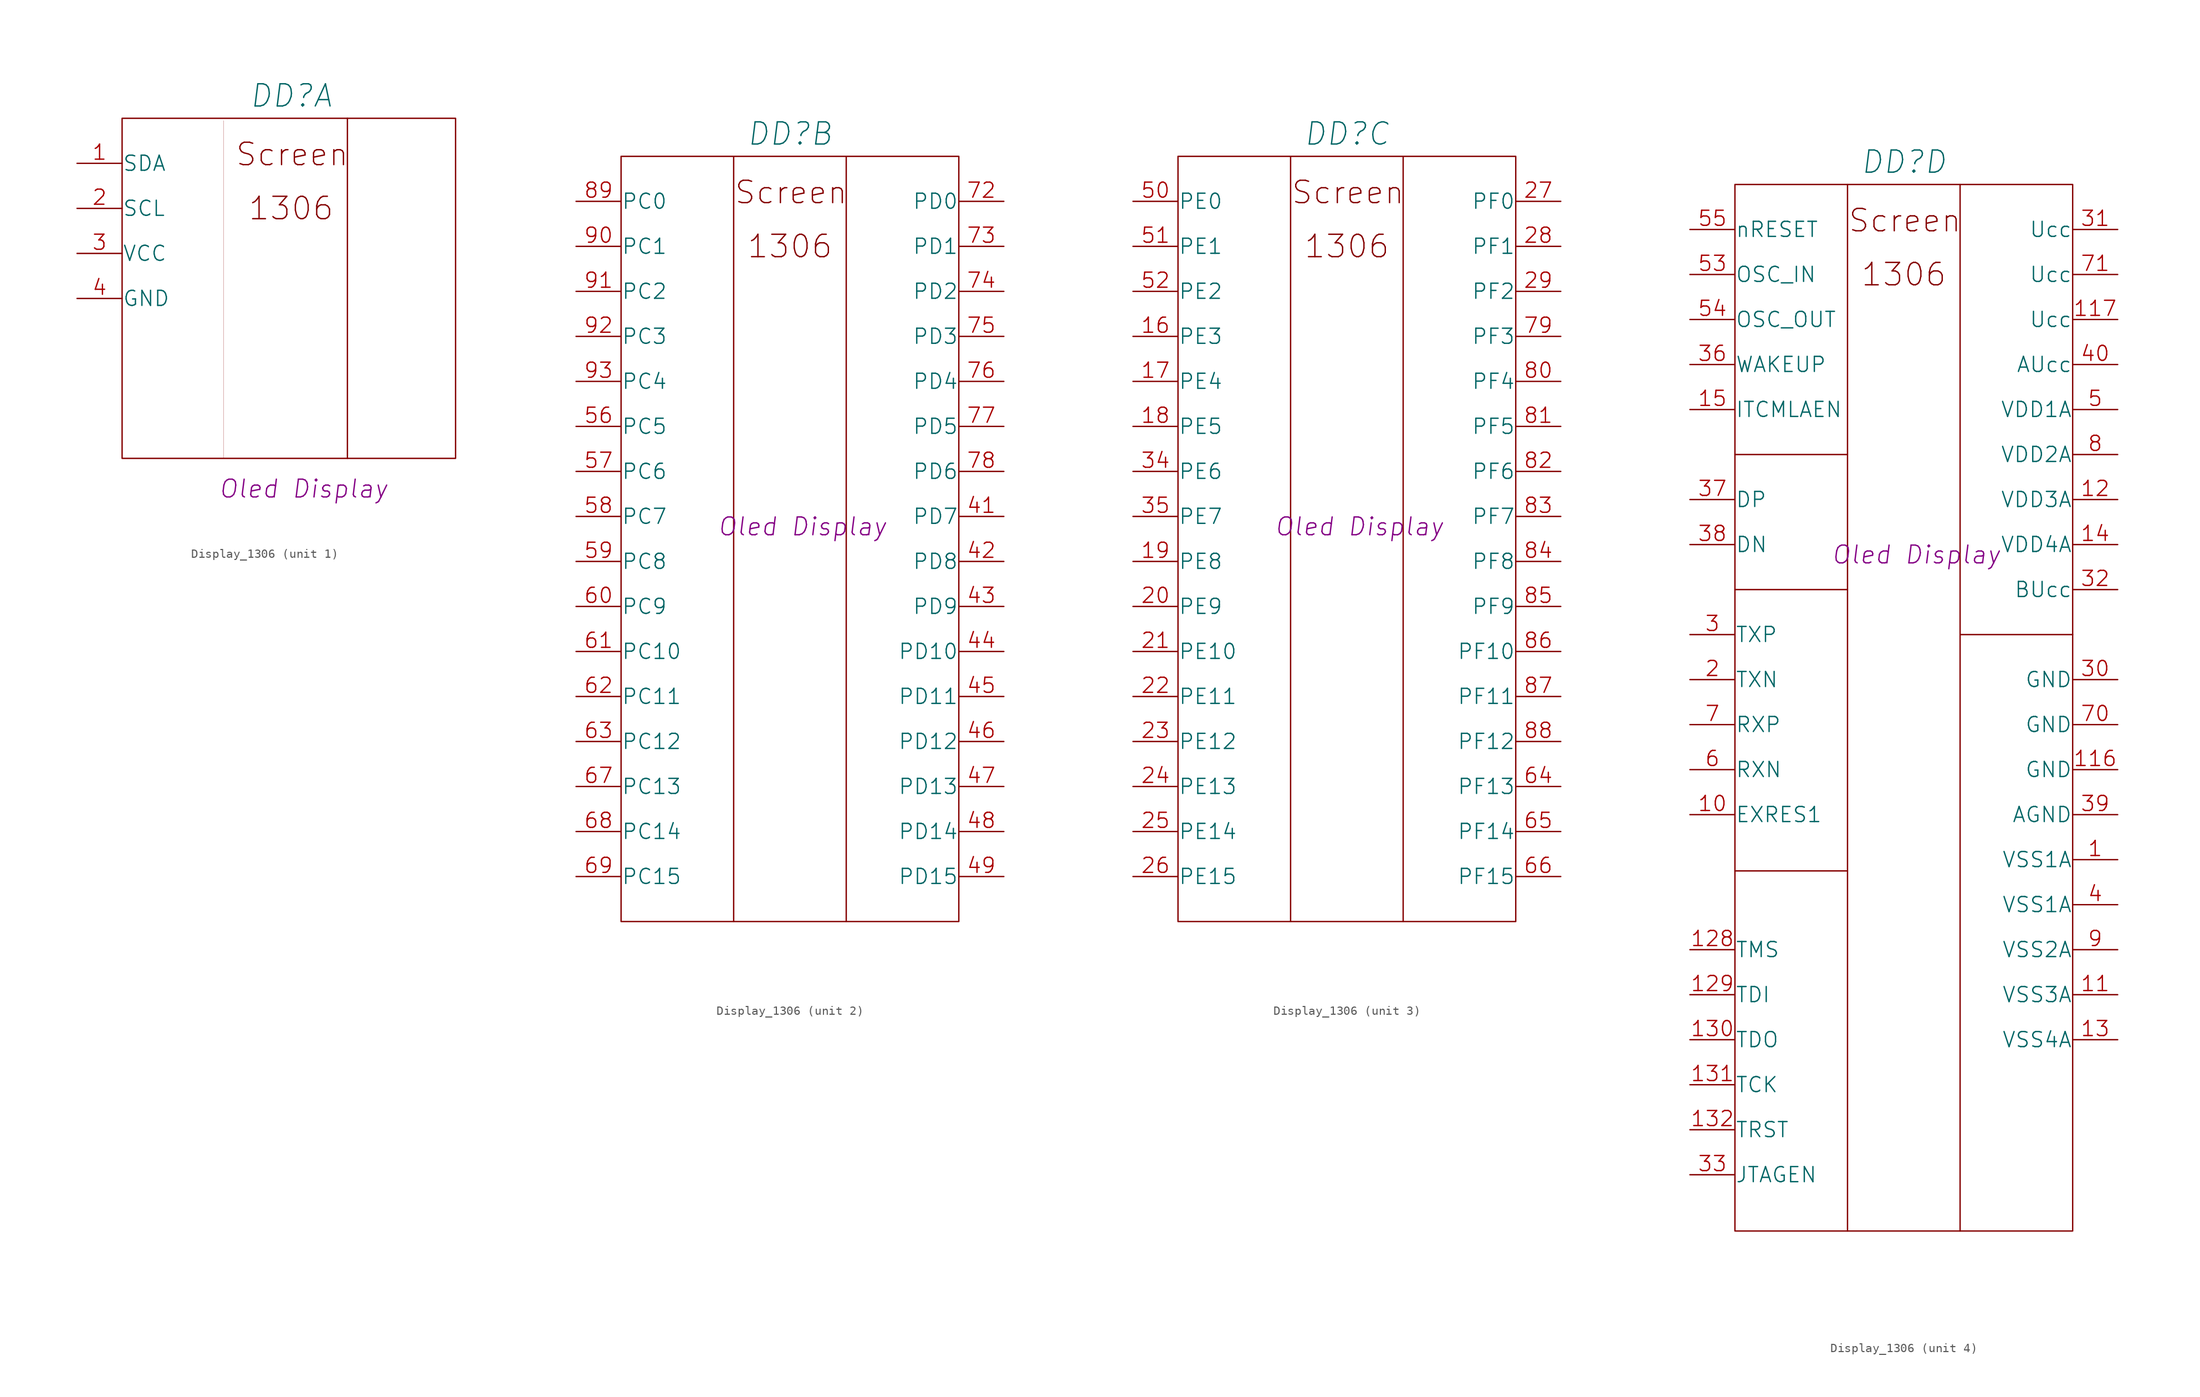
<source format=kicad_sym>
(kicad_symbol_lib
  (version 20201005)
  (generator kicad_symbol_editor)
  (symbol "power_modules:Display_1306"
    (pin_names
      (offset 0.025))
    (property "Reference" "DD"
      (at 24.13 7.62 0)
      (effects (font (size 2.501 2.501) italic)))
    (property "ValueName" "Oled Display"
      (at 25.527 -36.703 0)
      (effects (font (size 2.007 2.007) italic)))
    (property "ki_locked" ""
      (at 0 0 0)
      (effects (font (size 1.27 1.27))))
    (symbol "Display_1306_0_0"
      (text "Screen" (at 24.257 1.016 0) (effects (font (size 2.527 2.527))))
      (text "1306" (at 24.13 -5.08 0) (effects (font (size 2.527 2.527)))))
    (symbol "Display_1306_1_1"
      (rectangle (start 5.08 5.08) (end 42.672 -33.274) (stroke (width 0)) (fill (type none)))
      (polyline (pts (xy 30.48 5.08) (xy 30.48 -33.274)) (stroke (width 0)) (fill (type none)))
      (polyline (pts (xy 16.51 4.826) (xy 16.51 -33.274)) (stroke (width 0.001)) (fill (type none)))
      (pin bidirectional line (at 0 -15.24 0) (length 5.08) (name "GND" (effects (font (size 1.702 1.702)))) (number "4" (effects (font (size 1.702 1.702)))))
      (pin bidirectional line (at 0 -10.16 0) (length 5.08) (name "VCC" (effects (font (size 1.702 1.702)))) (number "3" (effects (font (size 1.702 1.702)))))
      (pin bidirectional line (at 0 -5.08 0) (length 5.08) (name "SCL" (effects (font (size 1.702 1.702)))) (number "2" (effects (font (size 1.702 1.702)))))
      (pin bidirectional line (at 0 0 0) (length 5.08) (name "SDA" (effects (font (size 1.702 1.702)))) (number "1" (effects (font (size 1.702 1.702))))))
    (symbol "Display_1306_2_1"
      (rectangle (start 5.08 -81.28) (end 43.18 5.08) (stroke (width 0)) (fill (type none)))
      (polyline (pts (xy 30.48 5.08) (xy 30.48 -81.28)) (stroke (width 0)) (fill (type none)))
      (polyline (pts (xy 17.78 5.08) (xy 17.78 -74.93) (xy 17.78 -81.28)) (stroke (width 0)) (fill (type none)))
      (pin bidirectional line (at 48.26 -35.56 180) (length 5.08) (name "PD7" (effects (font (size 1.702 1.702)))) (number "41" (effects (font (size 1.702 1.702)))))
      (pin bidirectional line (at 48.26 -40.64 180) (length 5.08) (name "PD8" (effects (font (size 1.702 1.702)))) (number "42" (effects (font (size 1.702 1.702)))))
      (pin bidirectional line (at 48.26 -45.72 180) (length 5.08) (name "PD9" (effects (font (size 1.702 1.702)))) (number "43" (effects (font (size 1.702 1.702)))))
      (pin bidirectional line (at 48.26 -50.8 180) (length 5.08) (name "PD10" (effects (font (size 1.702 1.702)))) (number "44" (effects (font (size 1.702 1.702)))))
      (pin bidirectional line (at 48.26 -55.88 180) (length 5.08) (name "PD11" (effects (font (size 1.702 1.702)))) (number "45" (effects (font (size 1.702 1.702)))))
      (pin bidirectional line (at 48.26 -60.96 180) (length 5.08) (name "PD12" (effects (font (size 1.702 1.702)))) (number "46" (effects (font (size 1.702 1.702)))))
      (pin bidirectional line (at 48.26 -66.04 180) (length 5.08) (name "PD13" (effects (font (size 1.702 1.702)))) (number "47" (effects (font (size 1.702 1.702)))))
      (pin bidirectional line (at 48.26 -71.12 180) (length 5.08) (name "PD14" (effects (font (size 1.702 1.702)))) (number "48" (effects (font (size 1.702 1.702)))))
      (pin bidirectional line (at 48.26 -76.2 180) (length 5.08) (name "PD15" (effects (font (size 1.702 1.702)))) (number "49" (effects (font (size 1.702 1.702)))))
      (pin bidirectional line (at 0 -25.4 0) (length 5.08) (name "PC5" (effects (font (size 1.702 1.702)))) (number "56" (effects (font (size 1.702 1.702)))))
      (pin bidirectional line (at 0 -30.48 0) (length 5.08) (name "PC6" (effects (font (size 1.702 1.702)))) (number "57" (effects (font (size 1.702 1.702)))))
      (pin bidirectional line (at 0 -35.56 0) (length 5.08) (name "PC7" (effects (font (size 1.702 1.702)))) (number "58" (effects (font (size 1.702 1.702)))))
      (pin bidirectional line (at 0 -40.64 0) (length 5.08) (name "PC8" (effects (font (size 1.702 1.702)))) (number "59" (effects (font (size 1.702 1.702)))))
      (pin bidirectional line (at 0 -45.72 0) (length 5.08) (name "PC9" (effects (font (size 1.702 1.702)))) (number "60" (effects (font (size 1.702 1.702)))))
      (pin bidirectional line (at 0 -50.8 0) (length 5.08) (name "PC10" (effects (font (size 1.702 1.702)))) (number "61" (effects (font (size 1.702 1.702)))))
      (pin bidirectional line (at 0 -55.88 0) (length 5.08) (name "PC11" (effects (font (size 1.702 1.702)))) (number "62" (effects (font (size 1.702 1.702)))))
      (pin bidirectional line (at 0 -60.96 0) (length 5.08) (name "PC12" (effects (font (size 1.702 1.702)))) (number "63" (effects (font (size 1.702 1.702)))))
      (pin bidirectional line (at 0 -66.04 0) (length 5.08) (name "PC13" (effects (font (size 1.702 1.702)))) (number "67" (effects (font (size 1.702 1.702)))))
      (pin bidirectional line (at 0 -71.12 0) (length 5.08) (name "PC14" (effects (font (size 1.702 1.702)))) (number "68" (effects (font (size 1.702 1.702)))))
      (pin bidirectional line (at 0 -76.2 0) (length 5.08) (name "PC15" (effects (font (size 1.702 1.702)))) (number "69" (effects (font (size 1.702 1.702)))))
      (pin bidirectional line (at 48.26 0 180) (length 5.08) (name "PD0" (effects (font (size 1.702 1.702)))) (number "72" (effects (font (size 1.702 1.702)))))
      (pin bidirectional line (at 48.26 -5.08 180) (length 5.08) (name "PD1" (effects (font (size 1.702 1.702)))) (number "73" (effects (font (size 1.702 1.702)))))
      (pin bidirectional line (at 48.26 -10.16 180) (length 5.08) (name "PD2" (effects (font (size 1.702 1.702)))) (number "74" (effects (font (size 1.702 1.702)))))
      (pin bidirectional line (at 48.26 -15.24 180) (length 5.08) (name "PD3" (effects (font (size 1.702 1.702)))) (number "75" (effects (font (size 1.702 1.702)))))
      (pin bidirectional line (at 48.26 -20.32 180) (length 5.08) (name "PD4" (effects (font (size 1.702 1.702)))) (number "76" (effects (font (size 1.702 1.702)))))
      (pin bidirectional line (at 48.26 -25.4 180) (length 5.08) (name "PD5" (effects (font (size 1.702 1.702)))) (number "77" (effects (font (size 1.702 1.702)))))
      (pin bidirectional line (at 48.26 -30.48 180) (length 5.08) (name "PD6" (effects (font (size 1.702 1.702)))) (number "78" (effects (font (size 1.702 1.702)))))
      (pin bidirectional line (at 0 0 0) (length 5.08) (name "PC0" (effects (font (size 1.702 1.702)))) (number "89" (effects (font (size 1.702 1.702)))))
      (pin bidirectional line (at 0 -5.08 0) (length 5.08) (name "PC1" (effects (font (size 1.702 1.702)))) (number "90" (effects (font (size 1.702 1.702)))))
      (pin bidirectional line (at 0 -10.16 0) (length 5.08) (name "PC2" (effects (font (size 1.702 1.702)))) (number "91" (effects (font (size 1.702 1.702)))))
      (pin bidirectional line (at 0 -15.24 0) (length 5.08) (name "PC3" (effects (font (size 1.702 1.702)))) (number "92" (effects (font (size 1.702 1.702)))))
      (pin bidirectional line (at 0 -20.32 0) (length 5.08) (name "PC4" (effects (font (size 1.702 1.702)))) (number "93" (effects (font (size 1.702 1.702))))))
    (symbol "Display_1306_3_1"
      (rectangle (start 5.08 -81.28) (end 43.18 5.08) (stroke (width 0)) (fill (type none)))
      (polyline (pts (xy 30.48 5.08) (xy 30.48 -81.28)) (stroke (width 0)) (fill (type none)))
      (polyline (pts (xy 17.78 5.08) (xy 17.78 -55.88) (xy 17.78 -81.28)) (stroke (width 0)) (fill (type none)))
      (pin bidirectional line (at 0 -15.24 0) (length 5.08) (name "PE3" (effects (font (size 1.702 1.702)))) (number "16" (effects (font (size 1.702 1.702)))))
      (pin bidirectional line (at 0 -20.32 0) (length 5.08) (name "PE4" (effects (font (size 1.702 1.702)))) (number "17" (effects (font (size 1.702 1.702)))))
      (pin bidirectional line (at 0 -25.4 0) (length 5.08) (name "PE5" (effects (font (size 1.702 1.702)))) (number "18" (effects (font (size 1.702 1.702)))))
      (pin bidirectional line (at 0 -40.64 0) (length 5.08) (name "PE8" (effects (font (size 1.702 1.702)))) (number "19" (effects (font (size 1.702 1.702)))))
      (pin bidirectional line (at 0 -45.72 0) (length 5.08) (name "PE9" (effects (font (size 1.702 1.702)))) (number "20" (effects (font (size 1.702 1.702)))))
      (pin bidirectional line (at 0 -50.8 0) (length 5.08) (name "PE10" (effects (font (size 1.702 1.702)))) (number "21" (effects (font (size 1.702 1.702)))))
      (pin bidirectional line (at 0 -55.88 0) (length 5.08) (name "PE11" (effects (font (size 1.702 1.702)))) (number "22" (effects (font (size 1.702 1.702)))))
      (pin bidirectional line (at 0 -60.96 0) (length 5.08) (name "PE12" (effects (font (size 1.702 1.702)))) (number "23" (effects (font (size 1.702 1.702)))))
      (pin bidirectional line (at 0 -66.04 0) (length 5.08) (name "PE13" (effects (font (size 1.702 1.702)))) (number "24" (effects (font (size 1.702 1.702)))))
      (pin bidirectional line (at 0 -71.12 0) (length 5.08) (name "PE14" (effects (font (size 1.702 1.702)))) (number "25" (effects (font (size 1.702 1.702)))))
      (pin bidirectional line (at 0 -76.2 0) (length 5.08) (name "PE15" (effects (font (size 1.702 1.702)))) (number "26" (effects (font (size 1.702 1.702)))))
      (pin bidirectional line (at 48.26 0 180) (length 5.08) (name "PF0" (effects (font (size 1.702 1.702)))) (number "27" (effects (font (size 1.702 1.702)))))
      (pin bidirectional line (at 48.26 -5.08 180) (length 5.08) (name "PF1" (effects (font (size 1.702 1.702)))) (number "28" (effects (font (size 1.702 1.702)))))
      (pin bidirectional line (at 48.26 -10.16 180) (length 5.08) (name "PF2" (effects (font (size 1.702 1.702)))) (number "29" (effects (font (size 1.702 1.702)))))
      (pin bidirectional line (at 0 -30.48 0) (length 5.08) (name "PE6" (effects (font (size 1.702 1.702)))) (number "34" (effects (font (size 1.702 1.702)))))
      (pin bidirectional line (at 0 -35.56 0) (length 5.08) (name "PE7" (effects (font (size 1.702 1.702)))) (number "35" (effects (font (size 1.702 1.702)))))
      (pin bidirectional line (at 0 0 0) (length 5.08) (name "PE0" (effects (font (size 1.702 1.702)))) (number "50" (effects (font (size 1.702 1.702)))))
      (pin bidirectional line (at 0 -5.08 0) (length 5.08) (name "PE1" (effects (font (size 1.702 1.702)))) (number "51" (effects (font (size 1.702 1.702)))))
      (pin bidirectional line (at 0 -10.16 0) (length 5.08) (name "PE2" (effects (font (size 1.702 1.702)))) (number "52" (effects (font (size 1.702 1.702)))))
      (pin bidirectional line (at 48.26 -66.04 180) (length 5.08) (name "PF13" (effects (font (size 1.702 1.702)))) (number "64" (effects (font (size 1.702 1.702)))))
      (pin bidirectional line (at 48.26 -71.12 180) (length 5.08) (name "PF14" (effects (font (size 1.702 1.702)))) (number "65" (effects (font (size 1.702 1.702)))))
      (pin bidirectional line (at 48.26 -76.2 180) (length 5.08) (name "PF15" (effects (font (size 1.702 1.702)))) (number "66" (effects (font (size 1.702 1.702)))))
      (pin bidirectional line (at 48.26 -15.24 180) (length 5.08) (name "PF3" (effects (font (size 1.702 1.702)))) (number "79" (effects (font (size 1.702 1.702)))))
      (pin bidirectional line (at 48.26 -20.32 180) (length 5.08) (name "PF4" (effects (font (size 1.702 1.702)))) (number "80" (effects (font (size 1.702 1.702)))))
      (pin bidirectional line (at 48.26 -25.4 180) (length 5.08) (name "PF5" (effects (font (size 1.702 1.702)))) (number "81" (effects (font (size 1.702 1.702)))))
      (pin bidirectional line (at 48.26 -30.48 180) (length 5.08) (name "PF6" (effects (font (size 1.702 1.702)))) (number "82" (effects (font (size 1.702 1.702)))))
      (pin bidirectional line (at 48.26 -35.56 180) (length 5.08) (name "PF7" (effects (font (size 1.702 1.702)))) (number "83" (effects (font (size 1.702 1.702)))))
      (pin bidirectional line (at 48.26 -40.64 180) (length 5.08) (name "PF8" (effects (font (size 1.702 1.702)))) (number "84" (effects (font (size 1.702 1.702)))))
      (pin bidirectional line (at 48.26 -45.72 180) (length 5.08) (name "PF9" (effects (font (size 1.702 1.702)))) (number "85" (effects (font (size 1.702 1.702)))))
      (pin bidirectional line (at 48.26 -50.8 180) (length 5.08) (name "PF10" (effects (font (size 1.702 1.702)))) (number "86" (effects (font (size 1.702 1.702)))))
      (pin bidirectional line (at 48.26 -55.88 180) (length 5.08) (name "PF11" (effects (font (size 1.702 1.702)))) (number "87" (effects (font (size 1.702 1.702)))))
      (pin bidirectional line (at 48.26 -60.96 180) (length 5.08) (name "PF12" (effects (font (size 1.702 1.702)))) (number "88" (effects (font (size 1.702 1.702))))))
    (symbol "Display_1306_4_1"
      (rectangle (start 5.08 -113.03) (end 43.18 5.08) (stroke (width 0)) (fill (type none)))
      (polyline (pts (xy 5.08 -72.39) (xy 17.78 -72.39)) (stroke (width 0)) (fill (type none)))
      (polyline (pts (xy 5.08 -40.64) (xy 17.78 -40.64)) (stroke (width 0)) (fill (type none)))
      (polyline (pts (xy 5.08 -25.4) (xy 17.78 -25.4)) (stroke (width 0)) (fill (type none)))
      (polyline (pts (xy 30.48 -45.72) (xy 43.18 -45.72)) (stroke (width 0)) (fill (type none)))
      (polyline (pts (xy 30.48 5.08) (xy 30.48 -113.03)) (stroke (width 0)) (fill (type none)))
      (polyline (pts (xy 17.78 5.08) (xy 17.78 -67.31) (xy 17.78 -113.03)) (stroke (width 0)) (fill (type none)))
      (pin power_in line (at 48.26 -71.12 180) (length 5.08) (name "VSS1A" (effects (font (size 1.702 1.702)))) (number "1" (effects (font (size 1.702 1.702)))))
      (pin bidirectional line (at 0 -66.04 0) (length 5.08) (name "EXRES1" (effects (font (size 1.702 1.702)))) (number "10" (effects (font (size 1.702 1.702)))))
      (pin power_in line (at 48.26 -86.36 180) (length 5.08) (name "VSS3A" (effects (font (size 1.702 1.702)))) (number "11" (effects (font (size 1.702 1.702)))))
      (pin power_in line (at 48.26 -60.96 180) (length 5.08) (name "GND" (effects (font (size 1.702 1.702)))) (number "116" (effects (font (size 1.702 1.702)))))
      (pin power_in line (at 48.26 -10.16 180) (length 5.08) (name "Ucc" (effects (font (size 1.702 1.702)))) (number "117" (effects (font (size 1.702 1.702)))))
      (pin power_in line (at 48.26 -30.48 180) (length 5.08) (name "VDD3A" (effects (font (size 1.702 1.702)))) (number "12" (effects (font (size 1.702 1.702)))))
      (pin bidirectional line (at 0 -81.28 0) (length 5.08) (name "TMS" (effects (font (size 1.702 1.702)))) (number "128" (effects (font (size 1.702 1.702)))))
      (pin bidirectional line (at 0 -86.36 0) (length 5.08) (name "TDI" (effects (font (size 1.702 1.702)))) (number "129" (effects (font (size 1.702 1.702)))))
      (pin power_out line (at 48.26 -91.44 180) (length 5.08) (name "VSS4A" (effects (font (size 1.702 1.702)))) (number "13" (effects (font (size 1.702 1.702)))))
      (pin bidirectional line (at 0 -91.44 0) (length 5.08) (name "TDO" (effects (font (size 1.702 1.702)))) (number "130" (effects (font (size 1.702 1.702)))))
      (pin bidirectional line (at 0 -96.52 0) (length 5.08) (name "TCK" (effects (font (size 1.702 1.702)))) (number "131" (effects (font (size 1.702 1.702)))))
      (pin bidirectional line (at 0 -101.6 0) (length 5.08) (name "TRST" (effects (font (size 1.702 1.702)))) (number "132" (effects (font (size 1.702 1.702)))))
      (pin power_in line (at 48.26 -35.56 180) (length 5.08) (name "VDD4A" (effects (font (size 1.702 1.702)))) (number "14" (effects (font (size 1.702 1.702)))))
      (pin bidirectional line (at 0 -20.32 0) (length 5.08) (name "ITCMLAEN" (effects (font (size 1.702 1.702)))) (number "15" (effects (font (size 1.702 1.702)))))
      (pin bidirectional line (at 0 -50.8 0) (length 5.08) (name "TXN" (effects (font (size 1.702 1.702)))) (number "2" (effects (font (size 1.702 1.702)))))
      (pin bidirectional line (at 0 -45.72 0) (length 5.08) (name "TXP" (effects (font (size 1.702 1.702)))) (number "3" (effects (font (size 1.702 1.702)))))
      (pin power_in line (at 48.26 -50.8 180) (length 5.08) (name "GND" (effects (font (size 1.702 1.702)))) (number "30" (effects (font (size 1.702 1.702)))))
      (pin power_in line (at 48.26 0 180) (length 5.08) (name "Ucc" (effects (font (size 1.702 1.702)))) (number "31" (effects (font (size 1.702 1.702)))))
      (pin power_in line (at 48.26 -40.64 180) (length 5.08) (name "BUcc" (effects (font (size 1.702 1.702)))) (number "32" (effects (font (size 1.702 1.702)))))
      (pin bidirectional line (at 0 -106.68 0) (length 5.08) (name "JTAGEN" (effects (font (size 1.702 1.702)))) (number "33" (effects (font (size 1.702 1.702)))))
      (pin bidirectional line (at 0 -15.24 0) (length 5.08) (name "WAKEUP" (effects (font (size 1.702 1.702)))) (number "36" (effects (font (size 1.702 1.702)))))
      (pin bidirectional line (at 0 -30.48 0) (length 5.08) (name "DP" (effects (font (size 1.702 1.702)))) (number "37" (effects (font (size 1.702 1.702)))))
      (pin bidirectional line (at 0 -35.56 0) (length 5.08) (name "DN" (effects (font (size 1.702 1.702)))) (number "38" (effects (font (size 1.702 1.702)))))
      (pin power_in line (at 48.26 -66.04 180) (length 5.08) (name "AGND" (effects (font (size 1.702 1.702)))) (number "39" (effects (font (size 1.702 1.702)))))
      (pin power_in line (at 48.26 -76.2 180) (length 5.08) (name "VSS1A" (effects (font (size 1.702 1.702)))) (number "4" (effects (font (size 1.702 1.702)))))
      (pin power_in line (at 48.26 -15.24 180) (length 5.08) (name "AUcc" (effects (font (size 1.702 1.702)))) (number "40" (effects (font (size 1.702 1.702)))))
      (pin power_in line (at 48.26 -20.32 180) (length 5.08) (name "VDD1A" (effects (font (size 1.702 1.702)))) (number "5" (effects (font (size 1.702 1.702)))))
      (pin bidirectional line (at 0 -5.08 0) (length 5.08) (name "OSC_IN" (effects (font (size 1.702 1.702)))) (number "53" (effects (font (size 1.702 1.702)))))
      (pin bidirectional line (at 0 -10.16 0) (length 5.08) (name "OSC_OUT" (effects (font (size 1.702 1.702)))) (number "54" (effects (font (size 1.702 1.702)))))
      (pin bidirectional line (at 0 0 0) (length 5.08) (name "nRESET" (effects (font (size 1.702 1.702)))) (number "55" (effects (font (size 1.702 1.702)))))
      (pin bidirectional line (at 0 -60.96 0) (length 5.08) (name "RXN" (effects (font (size 1.702 1.702)))) (number "6" (effects (font (size 1.702 1.702)))))
      (pin bidirectional line (at 0 -55.88 0) (length 5.08) (name "RXP" (effects (font (size 1.702 1.702)))) (number "7" (effects (font (size 1.702 1.702)))))
      (pin power_in line (at 48.26 -55.88 180) (length 5.08) (name "GND" (effects (font (size 1.702 1.702)))) (number "70" (effects (font (size 1.702 1.702)))))
      (pin power_in line (at 48.26 -5.08 180) (length 5.08) (name "Ucc" (effects (font (size 1.702 1.702)))) (number "71" (effects (font (size 1.702 1.702)))))
      (pin power_in line (at 48.26 -25.4 180) (length 5.08) (name "VDD2A" (effects (font (size 1.702 1.702)))) (number "8" (effects (font (size 1.702 1.702)))))
      (pin power_in line (at 48.26 -81.28 180) (length 5.08) (name "VSS2A" (effects (font (size 1.702 1.702)))) (number "9" (effects (font (size 1.702 1.702))))))))
</source>
